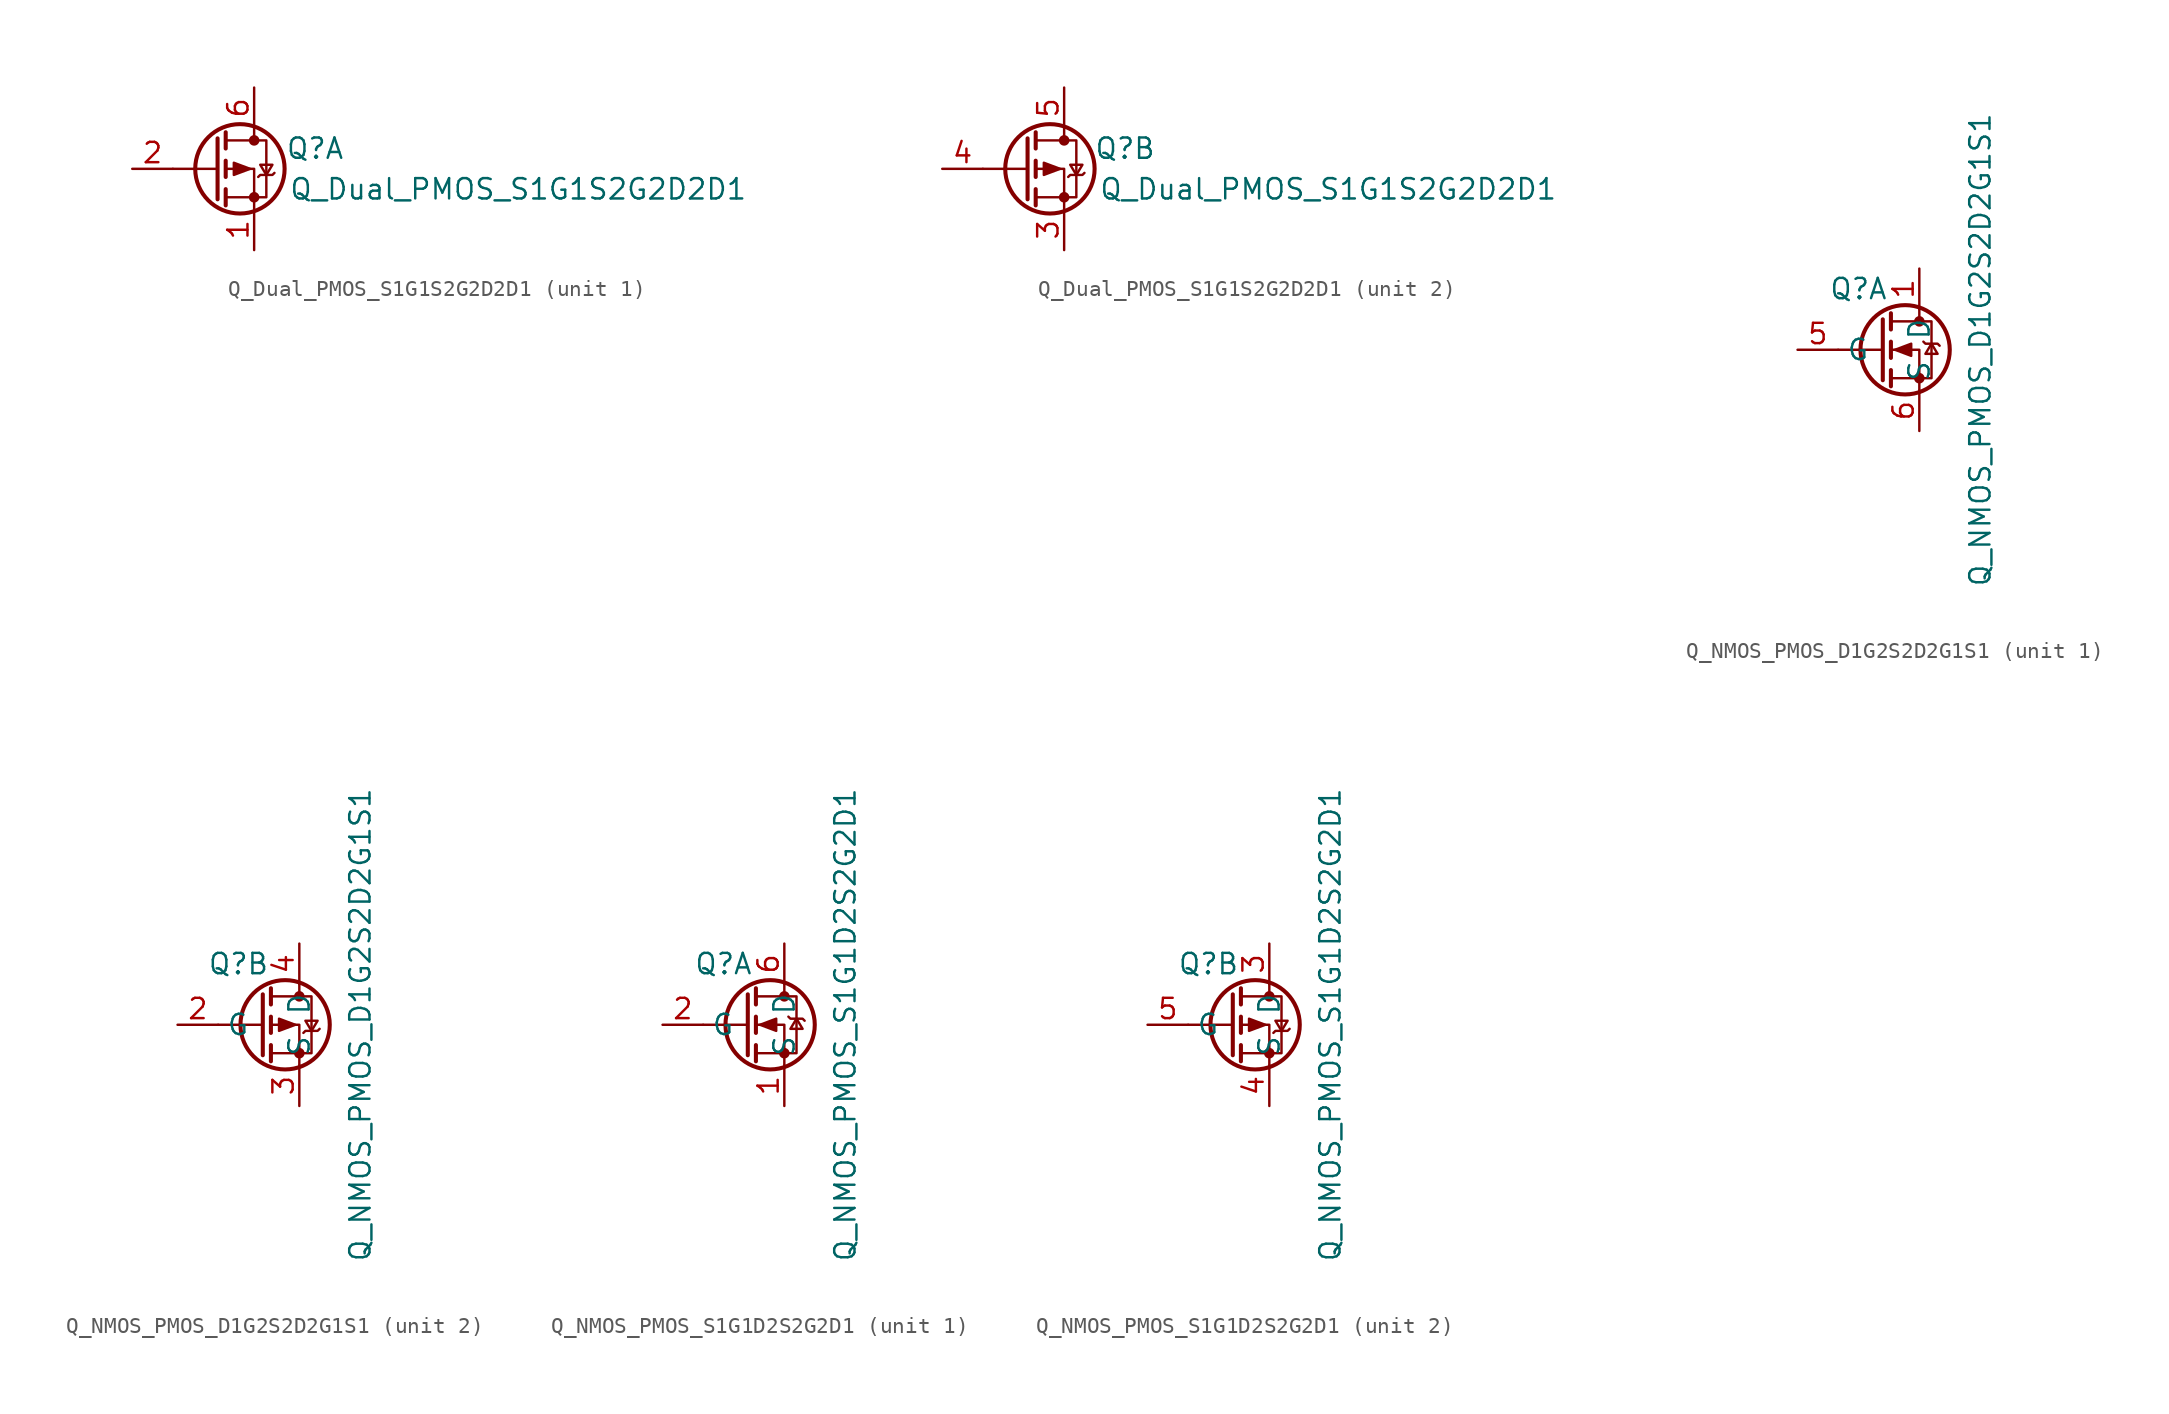
<source format=kicad_sym>
(kicad_symbol_lib
  (version 20220914)
  (generator kicad_symbol_editor)
  (symbol "Q_Dual_PMOS_S1G1S2G2D2D1"
    (pin_names
      (offset 0) hide)
    (property "Reference" "Q"
      (at 6.35 1.27 0)
      (effects (font (size 1.27 1.27))))
    (property "Value" "Q_Dual_PMOS_S1G1S2G2D2D1"
      (at 19.05 -1.27 0)
      (effects (font (size 1.27 1.27))))
    (symbol "Q_Dual_PMOS_S1G1S2G2D2D1_0_1"
      (polyline (pts (xy 0.254 0) (xy -2.54 0)) (stroke (width 0) (type default)) (fill (type none)))
      (polyline (pts (xy 0.254 1.905) (xy 0.254 -1.905)) (stroke (width 0.254) (type default)) (fill (type none)))
      (polyline (pts (xy 0.762 -1.27) (xy 0.762 -2.286)) (stroke (width 0.254) (type default)) (fill (type none)))
      (polyline (pts (xy 0.762 0.508) (xy 0.762 -0.508)) (stroke (width 0.254) (type default)) (fill (type none)))
      (polyline (pts (xy 0.762 2.286) (xy 0.762 1.27)) (stroke (width 0.254) (type default)) (fill (type none)))
      (polyline (pts (xy 2.54 2.54) (xy 2.54 1.778)) (stroke (width 0) (type default)) (fill (type none)))
      (polyline (pts (xy 2.54 -2.54) (xy 2.54 0) (xy 0.762 0)) (stroke (width 0) (type default)) (fill (type none)))
      (polyline (pts (xy 0.762 1.778) (xy 3.302 1.778) (xy 3.302 -1.778) (xy 0.762 -1.778)) (stroke (width 0) (type default)) (fill (type none)))
      (polyline (pts (xy 2.286 0) (xy 1.27 0.381) (xy 1.27 -0.381) (xy 2.286 0)) (stroke (width 0) (type default)) (fill (type outline)))
      (polyline (pts (xy 2.794 -0.508) (xy 2.921 -0.381) (xy 3.683 -0.381) (xy 3.81 -0.254)) (stroke (width 0) (type default)) (fill (type none)))
      (polyline (pts (xy 3.302 -0.381) (xy 2.921 0.254) (xy 3.683 0.254) (xy 3.302 -0.381)) (stroke (width 0) (type default)) (fill (type none)))
      (circle (center 1.651 0) (radius 2.794) (stroke (width 0.254) (type default)) (fill (type none)))
      (circle (center 2.54 -1.778) (radius 0.254) (stroke (width 0) (type default)) (fill (type outline)))
      (circle (center 2.54 1.778) (radius 0.254) (stroke (width 0) (type default)) (fill (type outline))))
    (symbol "Q_Dual_PMOS_S1G1S2G2D2D1_1_1"
      (pin passive line (at 2.54 -5.08 90) (length 2.54) (name "S" (effects (font (size 1.27 1.27)))) (number "1" (effects (font (size 1.27 1.27)))))
      (pin input line (at -5.08 0 0) (length 2.54) (name "G" (effects (font (size 1.27 1.27)))) (number "2" (effects (font (size 1.27 1.27)))))
      (pin passive line (at 2.54 5.08 270) (length 2.54) (name "D" (effects (font (size 1.27 1.27)))) (number "6" (effects (font (size 1.27 1.27))))))
    (symbol "Q_Dual_PMOS_S1G1S2G2D2D1_2_1"
      (pin passive line (at 2.54 -5.08 90) (length 2.54) (name "S" (effects (font (size 1.27 1.27)))) (number "3" (effects (font (size 1.27 1.27)))))
      (pin input line (at -5.08 0 0) (length 2.54) (name "G" (effects (font (size 1.27 1.27)))) (number "4" (effects (font (size 1.27 1.27)))))
      (pin passive line (at 2.54 5.08 270) (length 2.54) (name "D" (effects (font (size 1.27 1.27)))) (number "5" (effects (font (size 1.27 1.27)))))))
  (symbol "Q_NMOS_PMOS_D1G2S2D2G1S1"
    (property "Reference" "Q"
      (at -3.81 3.81 0)
      (effects (font (size 1.27 1.27))))
    (property "Value" "Q_NMOS_PMOS_D1G2S2D2G1S1"
      (at 3.81 0 90)
      (effects (font (size 1.27 1.27))))
    (property "ki_locked" ""
      (at 0 0 0)
      (effects (font (size 1.27 1.27))))
    (symbol "Q_NMOS_PMOS_D1G2S2D2G1S1_1_1"
      (circle (center -0.889 0) (radius 2.794) (stroke (width 0.254) (type default)) (fill (type none)))
      (circle (center 0 -1.778) (radius 0.254) (stroke (width 0) (type default)) (fill (type outline)))
      (polyline (pts (xy -2.286 0) (xy -5.08 0)) (stroke (width 0) (type default)) (fill (type none)))
      (polyline (pts (xy -2.286 1.905) (xy -2.286 -1.905)) (stroke (width 0.254) (type default)) (fill (type none)))
      (polyline (pts (xy -1.778 -1.27) (xy -1.778 -2.286)) (stroke (width 0.254) (type default)) (fill (type none)))
      (polyline (pts (xy -1.778 0.508) (xy -1.778 -0.508)) (stroke (width 0.254) (type default)) (fill (type none)))
      (polyline (pts (xy -1.778 2.286) (xy -1.778 1.27)) (stroke (width 0.254) (type default)) (fill (type none)))
      (polyline (pts (xy 0 2.54) (xy 0 1.778)) (stroke (width 0) (type default)) (fill (type none)))
      (polyline (pts (xy 0 -2.54) (xy 0 0) (xy -1.778 0)) (stroke (width 0) (type default)) (fill (type none)))
      (polyline (pts (xy -1.778 -1.778) (xy 0.762 -1.778) (xy 0.762 1.778) (xy -1.778 1.778)) (stroke (width 0) (type default)) (fill (type none)))
      (polyline (pts (xy -1.524 0) (xy -0.508 0.381) (xy -0.508 -0.381) (xy -1.524 0)) (stroke (width 0) (type default)) (fill (type outline)))
      (polyline (pts (xy 0.254 0.508) (xy 0.381 0.381) (xy 1.143 0.381) (xy 1.27 0.254)) (stroke (width 0) (type default)) (fill (type none)))
      (polyline (pts (xy 0.762 0.381) (xy 0.381 -0.254) (xy 1.143 -0.254) (xy 0.762 0.381)) (stroke (width 0) (type default)) (fill (type none)))
      (circle (center 0 1.778) (radius 0.254) (stroke (width 0) (type default)) (fill (type outline)))
      (pin passive line (at 0 5.08 270) (length 2.54) (name "D" (effects (font (size 1.27 1.27)))) (number "1" (effects (font (size 1.27 1.27)))))
      (pin input line (at -7.62 0 0) (length 2.54) (name "G" (effects (font (size 1.27 1.27)))) (number "5" (effects (font (size 1.27 1.27)))))
      (pin passive line (at 0 -5.08 90) (length 2.54) (name "S" (effects (font (size 1.27 1.27)))) (number "6" (effects (font (size 1.27 1.27))))))
    (symbol "Q_NMOS_PMOS_D1G2S2D2G1S1_2_1"
      (circle (center -0.889 0) (radius 2.794) (stroke (width 0.254) (type default)) (fill (type none)))
      (circle (center 0 -1.778) (radius 0.254) (stroke (width 0) (type default)) (fill (type outline)))
      (polyline (pts (xy -2.286 0) (xy -5.08 0)) (stroke (width 0) (type default)) (fill (type none)))
      (polyline (pts (xy -2.286 1.905) (xy -2.286 -1.905)) (stroke (width 0.254) (type default)) (fill (type none)))
      (polyline (pts (xy -1.778 -1.27) (xy -1.778 -2.286)) (stroke (width 0.254) (type default)) (fill (type none)))
      (polyline (pts (xy -1.778 0.508) (xy -1.778 -0.508)) (stroke (width 0.254) (type default)) (fill (type none)))
      (polyline (pts (xy -1.778 2.286) (xy -1.778 1.27)) (stroke (width 0.254) (type default)) (fill (type none)))
      (polyline (pts (xy 0 2.54) (xy 0 1.778)) (stroke (width 0) (type default)) (fill (type none)))
      (polyline (pts (xy 0 -2.54) (xy 0 0) (xy -1.778 0)) (stroke (width 0) (type default)) (fill (type none)))
      (polyline (pts (xy -1.778 1.778) (xy 0.762 1.778) (xy 0.762 -1.778) (xy -1.778 -1.778)) (stroke (width 0) (type default)) (fill (type none)))
      (polyline (pts (xy -0.254 0) (xy -1.27 0.381) (xy -1.27 -0.381) (xy -0.254 0)) (stroke (width 0) (type default)) (fill (type outline)))
      (polyline (pts (xy 0.254 -0.508) (xy 0.381 -0.381) (xy 1.143 -0.381) (xy 1.27 -0.254)) (stroke (width 0) (type default)) (fill (type none)))
      (polyline (pts (xy 0.762 -0.381) (xy 0.381 0.254) (xy 1.143 0.254) (xy 0.762 -0.381)) (stroke (width 0) (type default)) (fill (type none)))
      (circle (center 0 1.778) (radius 0.254) (stroke (width 0) (type default)) (fill (type outline)))
      (pin input line (at -7.62 0 0) (length 2.54) (name "G" (effects (font (size 1.27 1.27)))) (number "2" (effects (font (size 1.27 1.27)))))
      (pin passive line (at 0 -5.08 90) (length 2.54) (name "S" (effects (font (size 1.27 1.27)))) (number "3" (effects (font (size 1.27 1.27)))))
      (pin passive line (at 0 5.08 270) (length 2.54) (name "D" (effects (font (size 1.27 1.27)))) (number "4" (effects (font (size 1.27 1.27)))))))
  (symbol "Q_NMOS_PMOS_S1G1D2S2G2D1"
    (property "Reference" "Q"
      (at -3.81 3.81 0)
      (effects (font (size 1.27 1.27))))
    (property "Value" "Q_NMOS_PMOS_S1G1D2S2G2D1"
      (at 3.81 0 90)
      (effects (font (size 1.27 1.27))))
    (property "ki_locked" ""
      (at 0 0 0)
      (effects (font (size 1.27 1.27))))
    (symbol "Q_NMOS_PMOS_S1G1D2S2G2D1_1_1"
      (circle (center -0.889 0) (radius 2.794) (stroke (width 0.254) (type default)) (fill (type none)))
      (circle (center 0 -1.778) (radius 0.254) (stroke (width 0) (type default)) (fill (type outline)))
      (polyline (pts (xy -2.286 0) (xy -5.08 0)) (stroke (width 0) (type default)) (fill (type none)))
      (polyline (pts (xy -2.286 1.905) (xy -2.286 -1.905)) (stroke (width 0.254) (type default)) (fill (type none)))
      (polyline (pts (xy -1.778 -1.27) (xy -1.778 -2.286)) (stroke (width 0.254) (type default)) (fill (type none)))
      (polyline (pts (xy -1.778 0.508) (xy -1.778 -0.508)) (stroke (width 0.254) (type default)) (fill (type none)))
      (polyline (pts (xy -1.778 2.286) (xy -1.778 1.27)) (stroke (width 0.254) (type default)) (fill (type none)))
      (polyline (pts (xy 0 2.54) (xy 0 1.778)) (stroke (width 0) (type default)) (fill (type none)))
      (polyline (pts (xy 0 -2.54) (xy 0 0) (xy -1.778 0)) (stroke (width 0) (type default)) (fill (type none)))
      (polyline (pts (xy -1.778 -1.778) (xy 0.762 -1.778) (xy 0.762 1.778) (xy -1.778 1.778)) (stroke (width 0) (type default)) (fill (type none)))
      (polyline (pts (xy -1.524 0) (xy -0.508 0.381) (xy -0.508 -0.381) (xy -1.524 0)) (stroke (width 0) (type default)) (fill (type outline)))
      (polyline (pts (xy 0.254 0.508) (xy 0.381 0.381) (xy 1.143 0.381) (xy 1.27 0.254)) (stroke (width 0) (type default)) (fill (type none)))
      (polyline (pts (xy 0.762 0.381) (xy 0.381 -0.254) (xy 1.143 -0.254) (xy 0.762 0.381)) (stroke (width 0) (type default)) (fill (type none)))
      (circle (center 0 1.778) (radius 0.254) (stroke (width 0) (type default)) (fill (type outline)))
      (pin passive line (at 0 -5.08 90) (length 2.54) (name "S" (effects (font (size 1.27 1.27)))) (number "1" (effects (font (size 1.27 1.27)))))
      (pin input line (at -7.62 0 0) (length 2.54) (name "G" (effects (font (size 1.27 1.27)))) (number "2" (effects (font (size 1.27 1.27)))))
      (pin passive line (at 0 5.08 270) (length 2.54) (name "D" (effects (font (size 1.27 1.27)))) (number "6" (effects (font (size 1.27 1.27))))))
    (symbol "Q_NMOS_PMOS_S1G1D2S2G2D1_2_1"
      (circle (center -0.889 0) (radius 2.794) (stroke (width 0.254) (type default)) (fill (type none)))
      (circle (center 0 -1.778) (radius 0.254) (stroke (width 0) (type default)) (fill (type outline)))
      (polyline (pts (xy -2.286 0) (xy -5.08 0)) (stroke (width 0) (type default)) (fill (type none)))
      (polyline (pts (xy -2.286 1.905) (xy -2.286 -1.905)) (stroke (width 0.254) (type default)) (fill (type none)))
      (polyline (pts (xy -1.778 -1.27) (xy -1.778 -2.286)) (stroke (width 0.254) (type default)) (fill (type none)))
      (polyline (pts (xy -1.778 0.508) (xy -1.778 -0.508)) (stroke (width 0.254) (type default)) (fill (type none)))
      (polyline (pts (xy -1.778 2.286) (xy -1.778 1.27)) (stroke (width 0.254) (type default)) (fill (type none)))
      (polyline (pts (xy 0 2.54) (xy 0 1.778)) (stroke (width 0) (type default)) (fill (type none)))
      (polyline (pts (xy 0 -2.54) (xy 0 0) (xy -1.778 0)) (stroke (width 0) (type default)) (fill (type none)))
      (polyline (pts (xy -1.778 1.778) (xy 0.762 1.778) (xy 0.762 -1.778) (xy -1.778 -1.778)) (stroke (width 0) (type default)) (fill (type none)))
      (polyline (pts (xy -0.254 0) (xy -1.27 0.381) (xy -1.27 -0.381) (xy -0.254 0)) (stroke (width 0) (type default)) (fill (type outline)))
      (polyline (pts (xy 0.254 -0.508) (xy 0.381 -0.381) (xy 1.143 -0.381) (xy 1.27 -0.254)) (stroke (width 0) (type default)) (fill (type none)))
      (polyline (pts (xy 0.762 -0.381) (xy 0.381 0.254) (xy 1.143 0.254) (xy 0.762 -0.381)) (stroke (width 0) (type default)) (fill (type none)))
      (circle (center 0 1.778) (radius 0.254) (stroke (width 0) (type default)) (fill (type outline)))
      (pin passive line (at 0 5.08 270) (length 2.54) (name "D" (effects (font (size 1.27 1.27)))) (number "3" (effects (font (size 1.27 1.27)))))
      (pin passive line (at 0 -5.08 90) (length 2.54) (name "S" (effects (font (size 1.27 1.27)))) (number "4" (effects (font (size 1.27 1.27)))))
      (pin input line (at -7.62 0 0) (length 2.54) (name "G" (effects (font (size 1.27 1.27)))) (number "5" (effects (font (size 1.27 1.27))))))))
</source>
